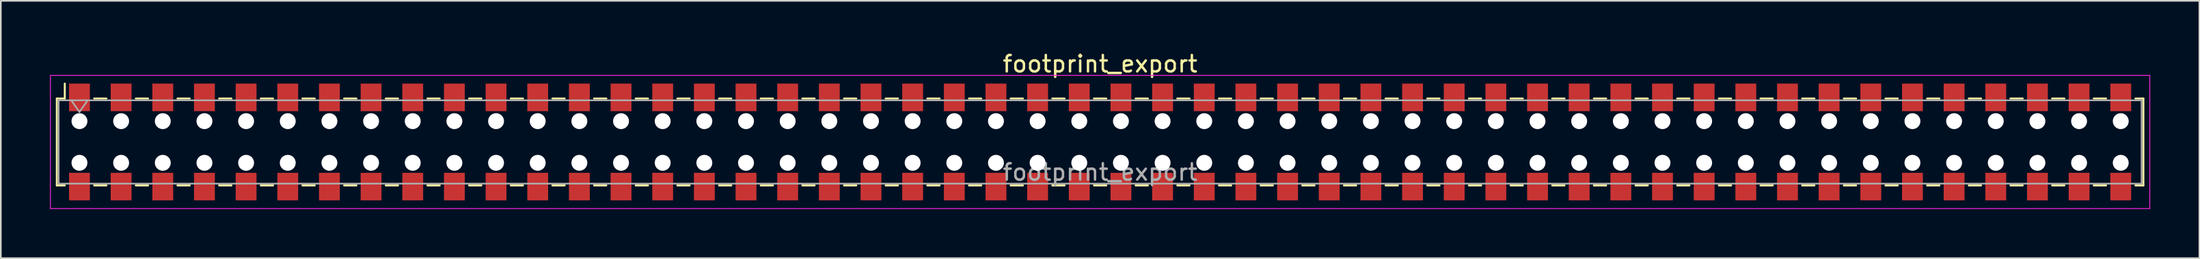
<source format=kicad_pcb>
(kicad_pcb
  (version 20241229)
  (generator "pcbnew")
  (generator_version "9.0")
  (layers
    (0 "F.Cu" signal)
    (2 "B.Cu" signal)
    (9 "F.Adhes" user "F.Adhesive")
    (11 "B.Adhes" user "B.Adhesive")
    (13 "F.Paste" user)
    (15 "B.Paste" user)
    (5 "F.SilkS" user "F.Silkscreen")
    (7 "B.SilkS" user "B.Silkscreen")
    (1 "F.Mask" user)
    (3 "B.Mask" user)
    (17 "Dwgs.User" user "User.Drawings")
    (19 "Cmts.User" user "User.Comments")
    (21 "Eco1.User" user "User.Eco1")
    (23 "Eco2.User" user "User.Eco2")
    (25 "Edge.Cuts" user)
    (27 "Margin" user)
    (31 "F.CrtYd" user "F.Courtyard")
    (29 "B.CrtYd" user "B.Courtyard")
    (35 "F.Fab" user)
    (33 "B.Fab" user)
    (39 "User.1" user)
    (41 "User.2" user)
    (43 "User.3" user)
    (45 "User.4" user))
  (footprint "footprint_export"
    (layer "F.Cu")
    (at 64.025 5.608)
    (property "Reference" "footprint_export" (at 0 -4.76 0) (layer "F.SilkS") (effects (font (size 1 1) (thickness 0.15))))
    (attr smd)
    (fp_line (start -63.61 -2.65) (end -63.61 2.65) (stroke (width 0.12) (type solid)) (layer "F.SilkS"))
    (fp_line (start -63.61 2.65) (end -63.125 2.65) (stroke (width 0.12) (type solid)) (layer "F.SilkS"))
    (fp_line (start -63.125 -3.56) (end -63.125 -2.65) (stroke (width 0.12) (type solid)) (layer "F.SilkS"))
    (fp_line (start -63.125 -2.65) (end -63.61 -2.65) (stroke (width 0.12) (type solid)) (layer "F.SilkS"))
    (fp_line (start -61.335 -2.65) (end -60.585 -2.65) (stroke (width 0.12) (type solid)) (layer "F.SilkS"))
    (fp_line (start -61.335 2.65) (end -60.585 2.65) (stroke (width 0.12) (type solid)) (layer "F.SilkS"))
    (fp_line (start -58.795 -2.65) (end -58.045 -2.65) (stroke (width 0.12) (type solid)) (layer "F.SilkS"))
    (fp_line (start -58.795 2.65) (end -58.045 2.65) (stroke (width 0.12) (type solid)) (layer "F.SilkS"))
    (fp_line (start -56.255 -2.65) (end -55.505 -2.65) (stroke (width 0.12) (type solid)) (layer "F.SilkS"))
    (fp_line (start -56.255 2.65) (end -55.505 2.65) (stroke (width 0.12) (type solid)) (layer "F.SilkS"))
    (fp_line (start -53.715 -2.65) (end -52.965 -2.65) (stroke (width 0.12) (type solid)) (layer "F.SilkS"))
    (fp_line (start -53.715 2.65) (end -52.965 2.65) (stroke (width 0.12) (type solid)) (layer "F.SilkS"))
    (fp_line (start -51.175 -2.65) (end -50.425 -2.65) (stroke (width 0.12) (type solid)) (layer "F.SilkS"))
    (fp_line (start -51.175 2.65) (end -50.425 2.65) (stroke (width 0.12) (type solid)) (layer "F.SilkS"))
    (fp_line (start -48.635 -2.65) (end -47.885 -2.65) (stroke (width 0.12) (type solid)) (layer "F.SilkS"))
    (fp_line (start -48.635 2.65) (end -47.885 2.65) (stroke (width 0.12) (type solid)) (layer "F.SilkS"))
    (fp_line (start -46.095 -2.65) (end -45.345 -2.65) (stroke (width 0.12) (type solid)) (layer "F.SilkS"))
    (fp_line (start -46.095 2.65) (end -45.345 2.65) (stroke (width 0.12) (type solid)) (layer "F.SilkS"))
    (fp_line (start -43.555 -2.65) (end -42.805 -2.65) (stroke (width 0.12) (type solid)) (layer "F.SilkS"))
    (fp_line (start -43.555 2.65) (end -42.805 2.65) (stroke (width 0.12) (type solid)) (layer "F.SilkS"))
    (fp_line (start -41.015 -2.65) (end -40.265 -2.65) (stroke (width 0.12) (type solid)) (layer "F.SilkS"))
    (fp_line (start -41.015 2.65) (end -40.265 2.65) (stroke (width 0.12) (type solid)) (layer "F.SilkS"))
    (fp_line (start -38.475 -2.65) (end -37.725 -2.65) (stroke (width 0.12) (type solid)) (layer "F.SilkS"))
    (fp_line (start -38.475 2.65) (end -37.725 2.65) (stroke (width 0.12) (type solid)) (layer "F.SilkS"))
    (fp_line (start -35.935 -2.65) (end -35.185 -2.65) (stroke (width 0.12) (type solid)) (layer "F.SilkS"))
    (fp_line (start -35.935 2.65) (end -35.185 2.65) (stroke (width 0.12) (type solid)) (layer "F.SilkS"))
    (fp_line (start -33.395 -2.65) (end -32.645 -2.65) (stroke (width 0.12) (type solid)) (layer "F.SilkS"))
    (fp_line (start -33.395 2.65) (end -32.645 2.65) (stroke (width 0.12) (type solid)) (layer "F.SilkS"))
    (fp_line (start -30.855 -2.65) (end -30.105 -2.65) (stroke (width 0.12) (type solid)) (layer "F.SilkS"))
    (fp_line (start -30.855 2.65) (end -30.105 2.65) (stroke (width 0.12) (type solid)) (layer "F.SilkS"))
    (fp_line (start -28.315 -2.65) (end -27.565 -2.65) (stroke (width 0.12) (type solid)) (layer "F.SilkS"))
    (fp_line (start -28.315 2.65) (end -27.565 2.65) (stroke (width 0.12) (type solid)) (layer "F.SilkS"))
    (fp_line (start -25.775 -2.65) (end -25.025 -2.65) (stroke (width 0.12) (type solid)) (layer "F.SilkS"))
    (fp_line (start -25.775 2.65) (end -25.025 2.65) (stroke (width 0.12) (type solid)) (layer "F.SilkS"))
    (fp_line (start -23.235 -2.65) (end -22.485 -2.65) (stroke (width 0.12) (type solid)) (layer "F.SilkS"))
    (fp_line (start -23.235 2.65) (end -22.485 2.65) (stroke (width 0.12) (type solid)) (layer "F.SilkS"))
    (fp_line (start -20.695 -2.65) (end -19.945 -2.65) (stroke (width 0.12) (type solid)) (layer "F.SilkS"))
    (fp_line (start -20.695 2.65) (end -19.945 2.65) (stroke (width 0.12) (type solid)) (layer "F.SilkS"))
    (fp_line (start -18.155 -2.65) (end -17.405 -2.65) (stroke (width 0.12) (type solid)) (layer "F.SilkS"))
    (fp_line (start -18.155 2.65) (end -17.405 2.65) (stroke (width 0.12) (type solid)) (layer "F.SilkS"))
    (fp_line (start -15.615 -2.65) (end -14.865 -2.65) (stroke (width 0.12) (type solid)) (layer "F.SilkS"))
    (fp_line (start -15.615 2.65) (end -14.865 2.65) (stroke (width 0.12) (type solid)) (layer "F.SilkS"))
    (fp_line (start -13.075 -2.65) (end -12.325 -2.65) (stroke (width 0.12) (type solid)) (layer "F.SilkS"))
    (fp_line (start -13.075 2.65) (end -12.325 2.65) (stroke (width 0.12) (type solid)) (layer "F.SilkS"))
    (fp_line (start -10.535 -2.65) (end -9.785 -2.65) (stroke (width 0.12) (type solid)) (layer "F.SilkS"))
    (fp_line (start -10.535 2.65) (end -9.785 2.65) (stroke (width 0.12) (type solid)) (layer "F.SilkS"))
    (fp_line (start -7.995 -2.65) (end -7.245 -2.65) (stroke (width 0.12) (type solid)) (layer "F.SilkS"))
    (fp_line (start -7.995 2.65) (end -7.245 2.65) (stroke (width 0.12) (type solid)) (layer "F.SilkS"))
    (fp_line (start -5.455 -2.65) (end -4.705 -2.65) (stroke (width 0.12) (type solid)) (layer "F.SilkS"))
    (fp_line (start -5.455 2.65) (end -4.705 2.65) (stroke (width 0.12) (type solid)) (layer "F.SilkS"))
    (fp_line (start -2.915 -2.65) (end -2.165 -2.65) (stroke (width 0.12) (type solid)) (layer "F.SilkS"))
    (fp_line (start -2.915 2.65) (end -2.165 2.65) (stroke (width 0.12) (type solid)) (layer "F.SilkS"))
    (fp_line (start -0.375 -2.65) (end 0.375 -2.65) (stroke (width 0.12) (type solid)) (layer "F.SilkS"))
    (fp_line (start -0.375 2.65) (end 0.375 2.65) (stroke (width 0.12) (type solid)) (layer "F.SilkS"))
    (fp_line (start 2.165 -2.65) (end 2.915 -2.65) (stroke (width 0.12) (type solid)) (layer "F.SilkS"))
    (fp_line (start 2.165 2.65) (end 2.915 2.65) (stroke (width 0.12) (type solid)) (layer "F.SilkS"))
    (fp_line (start 4.705 -2.65) (end 5.455 -2.65) (stroke (width 0.12) (type solid)) (layer "F.SilkS"))
    (fp_line (start 4.705 2.65) (end 5.455 2.65) (stroke (width 0.12) (type solid)) (layer "F.SilkS"))
    (fp_line (start 7.245 -2.65) (end 7.995 -2.65) (stroke (width 0.12) (type solid)) (layer "F.SilkS"))
    (fp_line (start 7.245 2.65) (end 7.995 2.65) (stroke (width 0.12) (type solid)) (layer "F.SilkS"))
    (fp_line (start 9.785 -2.65) (end 10.535 -2.65) (stroke (width 0.12) (type solid)) (layer "F.SilkS"))
    (fp_line (start 9.785 2.65) (end 10.535 2.65) (stroke (width 0.12) (type solid)) (layer "F.SilkS"))
    (fp_line (start 12.325 -2.65) (end 13.075 -2.65) (stroke (width 0.12) (type solid)) (layer "F.SilkS"))
    (fp_line (start 12.325 2.65) (end 13.075 2.65) (stroke (width 0.12) (type solid)) (layer "F.SilkS"))
    (fp_line (start 14.865 -2.65) (end 15.615 -2.65) (stroke (width 0.12) (type solid)) (layer "F.SilkS"))
    (fp_line (start 14.865 2.65) (end 15.615 2.65) (stroke (width 0.12) (type solid)) (layer "F.SilkS"))
    (fp_line (start 17.405 -2.65) (end 18.155 -2.65) (stroke (width 0.12) (type solid)) (layer "F.SilkS"))
    (fp_line (start 17.405 2.65) (end 18.155 2.65) (stroke (width 0.12) (type solid)) (layer "F.SilkS"))
    (fp_line (start 19.945 -2.65) (end 20.695 -2.65) (stroke (width 0.12) (type solid)) (layer "F.SilkS"))
    (fp_line (start 19.945 2.65) (end 20.695 2.65) (stroke (width 0.12) (type solid)) (layer "F.SilkS"))
    (fp_line (start 22.485 -2.65) (end 23.235 -2.65) (stroke (width 0.12) (type solid)) (layer "F.SilkS"))
    (fp_line (start 22.485 2.65) (end 23.235 2.65) (stroke (width 0.12) (type solid)) (layer "F.SilkS"))
    (fp_line (start 25.025 -2.65) (end 25.775 -2.65) (stroke (width 0.12) (type solid)) (layer "F.SilkS"))
    (fp_line (start 25.025 2.65) (end 25.775 2.65) (stroke (width 0.12) (type solid)) (layer "F.SilkS"))
    (fp_line (start 27.565 -2.65) (end 28.315 -2.65) (stroke (width 0.12) (type solid)) (layer "F.SilkS"))
    (fp_line (start 27.565 2.65) (end 28.315 2.65) (stroke (width 0.12) (type solid)) (layer "F.SilkS"))
    (fp_line (start 30.105 -2.65) (end 30.855 -2.65) (stroke (width 0.12) (type solid)) (layer "F.SilkS"))
    (fp_line (start 30.105 2.65) (end 30.855 2.65) (stroke (width 0.12) (type solid)) (layer "F.SilkS"))
    (fp_line (start 32.645 -2.65) (end 33.395 -2.65) (stroke (width 0.12) (type solid)) (layer "F.SilkS"))
    (fp_line (start 32.645 2.65) (end 33.395 2.65) (stroke (width 0.12) (type solid)) (layer "F.SilkS"))
    (fp_line (start 35.185 -2.65) (end 35.935 -2.65) (stroke (width 0.12) (type solid)) (layer "F.SilkS"))
    (fp_line (start 35.185 2.65) (end 35.935 2.65) (stroke (width 0.12) (type solid)) (layer "F.SilkS"))
    (fp_line (start 37.725 -2.65) (end 38.475 -2.65) (stroke (width 0.12) (type solid)) (layer "F.SilkS"))
    (fp_line (start 37.725 2.65) (end 38.475 2.65) (stroke (width 0.12) (type solid)) (layer "F.SilkS"))
    (fp_line (start 40.265 -2.65) (end 41.015 -2.65) (stroke (width 0.12) (type solid)) (layer "F.SilkS"))
    (fp_line (start 40.265 2.65) (end 41.015 2.65) (stroke (width 0.12) (type solid)) (layer "F.SilkS"))
    (fp_line (start 42.805 -2.65) (end 43.555 -2.65) (stroke (width 0.12) (type solid)) (layer "F.SilkS"))
    (fp_line (start 42.805 2.65) (end 43.555 2.65) (stroke (width 0.12) (type solid)) (layer "F.SilkS"))
    (fp_line (start 45.345 -2.65) (end 46.095 -2.65) (stroke (width 0.12) (type solid)) (layer "F.SilkS"))
    (fp_line (start 45.345 2.65) (end 46.095 2.65) (stroke (width 0.12) (type solid)) (layer "F.SilkS"))
    (fp_line (start 47.885 -2.65) (end 48.635 -2.65) (stroke (width 0.12) (type solid)) (layer "F.SilkS"))
    (fp_line (start 47.885 2.65) (end 48.635 2.65) (stroke (width 0.12) (type solid)) (layer "F.SilkS"))
    (fp_line (start 50.425 -2.65) (end 51.175 -2.65) (stroke (width 0.12) (type solid)) (layer "F.SilkS"))
    (fp_line (start 50.425 2.65) (end 51.175 2.65) (stroke (width 0.12) (type solid)) (layer "F.SilkS"))
    (fp_line (start 52.965 -2.65) (end 53.715 -2.65) (stroke (width 0.12) (type solid)) (layer "F.SilkS"))
    (fp_line (start 52.965 2.65) (end 53.715 2.65) (stroke (width 0.12) (type solid)) (layer "F.SilkS"))
    (fp_line (start 55.505 -2.65) (end 56.255 -2.65) (stroke (width 0.12) (type solid)) (layer "F.SilkS"))
    (fp_line (start 55.505 2.65) (end 56.255 2.65) (stroke (width 0.12) (type solid)) (layer "F.SilkS"))
    (fp_line (start 58.045 -2.65) (end 58.795 -2.65) (stroke (width 0.12) (type solid)) (layer "F.SilkS"))
    (fp_line (start 58.045 2.65) (end 58.795 2.65) (stroke (width 0.12) (type solid)) (layer "F.SilkS"))
    (fp_line (start 60.585 -2.65) (end 61.335 -2.65) (stroke (width 0.12) (type solid)) (layer "F.SilkS"))
    (fp_line (start 60.585 2.65) (end 61.335 2.65) (stroke (width 0.12) (type solid)) (layer "F.SilkS"))
    (fp_line (start 63.125 -2.65) (end 63.61 -2.65) (stroke (width 0.12) (type solid)) (layer "F.SilkS"))
    (fp_line (start 63.61 -2.65) (end 63.61 2.65) (stroke (width 0.12) (type solid)) (layer "F.SilkS"))
    (fp_line (start 63.61 2.65) (end 63.125 2.65) (stroke (width 0.12) (type solid)) (layer "F.SilkS"))
    (fp_line (start -64 -4.06) (end 64 -4.06) (stroke (width 0.05) (type solid)) (layer "F.CrtYd"))
    (fp_line (start -64 4.06) (end -64 -4.06) (stroke (width 0.05) (type solid)) (layer "F.CrtYd"))
    (fp_line (start 64 -4.06) (end 64 4.06) (stroke (width 0.05) (type solid)) (layer "F.CrtYd"))
    (fp_line (start 64 4.06) (end -64 4.06) (stroke (width 0.05) (type solid)) (layer "F.CrtYd"))
    (fp_line (start -63.5 -2.54) (end 63.5 -2.54) (stroke (width 0.1) (type solid)) (layer "F.Fab"))
    (fp_line (start -63.5 2.54) (end -63.5 -2.54) (stroke (width 0.1) (type solid)) (layer "F.Fab"))
    (fp_line (start -62.73 -2.54) (end -62.23 -1.833) (stroke (width 0.1) (type solid)) (layer "F.Fab"))
    (fp_line (start -62.23 -1.833) (end -61.73 -2.54) (stroke (width 0.1) (type solid)) (layer "F.Fab"))
    (fp_line (start 63.5 -2.54) (end 63.5 2.54) (stroke (width 0.1) (type solid)) (layer "F.Fab"))
    (fp_line (start 63.5 2.54) (end -63.5 2.54) (stroke (width 0.1) (type solid)) (layer "F.Fab"))
    (fp_text user "${REFERENCE}" (at 0 1.84 0) (layer "F.Fab") (effects (font (size 1 1) (thickness 0.15))))
    (pad "" np_thru_hole circle (at -62.23 -1.27) (size 0.97 0.97) (drill 0.97) (layers "*.Cu" "*.Mask"))
    (pad "" np_thru_hole circle (at -62.23 1.27) (size 0.97 0.97) (drill 0.97) (layers "*.Cu" "*.Mask"))
    (pad "" np_thru_hole circle (at -59.69 -1.27) (size 0.97 0.97) (drill 0.97) (layers "*.Cu" "*.Mask"))
    (pad "" np_thru_hole circle (at -59.69 1.27) (size 0.97 0.97) (drill 0.97) (layers "*.Cu" "*.Mask"))
    (pad "" np_thru_hole circle (at -57.15 -1.27) (size 0.97 0.97) (drill 0.97) (layers "*.Cu" "*.Mask"))
    (pad "" np_thru_hole circle (at -57.15 1.27) (size 0.97 0.97) (drill 0.97) (layers "*.Cu" "*.Mask"))
    (pad "" np_thru_hole circle (at -54.61 -1.27) (size 0.97 0.97) (drill 0.97) (layers "*.Cu" "*.Mask"))
    (pad "" np_thru_hole circle (at -54.61 1.27) (size 0.97 0.97) (drill 0.97) (layers "*.Cu" "*.Mask"))
    (pad "" np_thru_hole circle (at -52.07 -1.27) (size 0.97 0.97) (drill 0.97) (layers "*.Cu" "*.Mask"))
    (pad "" np_thru_hole circle (at -52.07 1.27) (size 0.97 0.97) (drill 0.97) (layers "*.Cu" "*.Mask"))
    (pad "" np_thru_hole circle (at -49.53 -1.27) (size 0.97 0.97) (drill 0.97) (layers "*.Cu" "*.Mask"))
    (pad "" np_thru_hole circle (at -49.53 1.27) (size 0.97 0.97) (drill 0.97) (layers "*.Cu" "*.Mask"))
    (pad "" np_thru_hole circle (at -46.99 -1.27) (size 0.97 0.97) (drill 0.97) (layers "*.Cu" "*.Mask"))
    (pad "" np_thru_hole circle (at -46.99 1.27) (size 0.97 0.97) (drill 0.97) (layers "*.Cu" "*.Mask"))
    (pad "" np_thru_hole circle (at -44.45 -1.27) (size 0.97 0.97) (drill 0.97) (layers "*.Cu" "*.Mask"))
    (pad "" np_thru_hole circle (at -44.45 1.27) (size 0.97 0.97) (drill 0.97) (layers "*.Cu" "*.Mask"))
    (pad "" np_thru_hole circle (at -41.91 -1.27) (size 0.97 0.97) (drill 0.97) (layers "*.Cu" "*.Mask"))
    (pad "" np_thru_hole circle (at -41.91 1.27) (size 0.97 0.97) (drill 0.97) (layers "*.Cu" "*.Mask"))
    (pad "" np_thru_hole circle (at -39.37 -1.27) (size 0.97 0.97) (drill 0.97) (layers "*.Cu" "*.Mask"))
    (pad "" np_thru_hole circle (at -39.37 1.27) (size 0.97 0.97) (drill 0.97) (layers "*.Cu" "*.Mask"))
    (pad "" np_thru_hole circle (at -36.83 -1.27) (size 0.97 0.97) (drill 0.97) (layers "*.Cu" "*.Mask"))
    (pad "" np_thru_hole circle (at -36.83 1.27) (size 0.97 0.97) (drill 0.97) (layers "*.Cu" "*.Mask"))
    (pad "" np_thru_hole circle (at -34.29 -1.27) (size 0.97 0.97) (drill 0.97) (layers "*.Cu" "*.Mask"))
    (pad "" np_thru_hole circle (at -34.29 1.27) (size 0.97 0.97) (drill 0.97) (layers "*.Cu" "*.Mask"))
    (pad "" np_thru_hole circle (at -31.75 -1.27) (size 0.97 0.97) (drill 0.97) (layers "*.Cu" "*.Mask"))
    (pad "" np_thru_hole circle (at -31.75 1.27) (size 0.97 0.97) (drill 0.97) (layers "*.Cu" "*.Mask"))
    (pad "" np_thru_hole circle (at -29.21 -1.27) (size 0.97 0.97) (drill 0.97) (layers "*.Cu" "*.Mask"))
    (pad "" np_thru_hole circle (at -29.21 1.27) (size 0.97 0.97) (drill 0.97) (layers "*.Cu" "*.Mask"))
    (pad "" np_thru_hole circle (at -26.67 -1.27) (size 0.97 0.97) (drill 0.97) (layers "*.Cu" "*.Mask"))
    (pad "" np_thru_hole circle (at -26.67 1.27) (size 0.97 0.97) (drill 0.97) (layers "*.Cu" "*.Mask"))
    (pad "" np_thru_hole circle (at -24.13 -1.27) (size 0.97 0.97) (drill 0.97) (layers "*.Cu" "*.Mask"))
    (pad "" np_thru_hole circle (at -24.13 1.27) (size 0.97 0.97) (drill 0.97) (layers "*.Cu" "*.Mask"))
    (pad "" np_thru_hole circle (at -21.59 -1.27) (size 0.97 0.97) (drill 0.97) (layers "*.Cu" "*.Mask"))
    (pad "" np_thru_hole circle (at -21.59 1.27) (size 0.97 0.97) (drill 0.97) (layers "*.Cu" "*.Mask"))
    (pad "" np_thru_hole circle (at -19.05 -1.27) (size 0.97 0.97) (drill 0.97) (layers "*.Cu" "*.Mask"))
    (pad "" np_thru_hole circle (at -19.05 1.27) (size 0.97 0.97) (drill 0.97) (layers "*.Cu" "*.Mask"))
    (pad "" np_thru_hole circle (at -16.51 -1.27) (size 0.97 0.97) (drill 0.97) (layers "*.Cu" "*.Mask"))
    (pad "" np_thru_hole circle (at -16.51 1.27) (size 0.97 0.97) (drill 0.97) (layers "*.Cu" "*.Mask"))
    (pad "" np_thru_hole circle (at -13.97 -1.27) (size 0.97 0.97) (drill 0.97) (layers "*.Cu" "*.Mask"))
    (pad "" np_thru_hole circle (at -13.97 1.27) (size 0.97 0.97) (drill 0.97) (layers "*.Cu" "*.Mask"))
    (pad "" np_thru_hole circle (at -11.43 -1.27) (size 0.97 0.97) (drill 0.97) (layers "*.Cu" "*.Mask"))
    (pad "" np_thru_hole circle (at -11.43 1.27) (size 0.97 0.97) (drill 0.97) (layers "*.Cu" "*.Mask"))
    (pad "" np_thru_hole circle (at -8.89 -1.27) (size 0.97 0.97) (drill 0.97) (layers "*.Cu" "*.Mask"))
    (pad "" np_thru_hole circle (at -8.89 1.27) (size 0.97 0.97) (drill 0.97) (layers "*.Cu" "*.Mask"))
    (pad "" np_thru_hole circle (at -6.35 -1.27) (size 0.97 0.97) (drill 0.97) (layers "*.Cu" "*.Mask"))
    (pad "" np_thru_hole circle (at -6.35 1.27) (size 0.97 0.97) (drill 0.97) (layers "*.Cu" "*.Mask"))
    (pad "" np_thru_hole circle (at -3.81 -1.27) (size 0.97 0.97) (drill 0.97) (layers "*.Cu" "*.Mask"))
    (pad "" np_thru_hole circle (at -3.81 1.27) (size 0.97 0.97) (drill 0.97) (layers "*.Cu" "*.Mask"))
    (pad "" np_thru_hole circle (at -1.27 -1.27) (size 0.97 0.97) (drill 0.97) (layers "*.Cu" "*.Mask"))
    (pad "" np_thru_hole circle (at -1.27 1.27) (size 0.97 0.97) (drill 0.97) (layers "*.Cu" "*.Mask"))
    (pad "" np_thru_hole circle (at 1.27 -1.27) (size 0.97 0.97) (drill 0.97) (layers "*.Cu" "*.Mask"))
    (pad "" np_thru_hole circle (at 1.27 1.27) (size 0.97 0.97) (drill 0.97) (layers "*.Cu" "*.Mask"))
    (pad "" np_thru_hole circle (at 3.81 -1.27) (size 0.97 0.97) (drill 0.97) (layers "*.Cu" "*.Mask"))
    (pad "" np_thru_hole circle (at 3.81 1.27) (size 0.97 0.97) (drill 0.97) (layers "*.Cu" "*.Mask"))
    (pad "" np_thru_hole circle (at 6.35 -1.27) (size 0.97 0.97) (drill 0.97) (layers "*.Cu" "*.Mask"))
    (pad "" np_thru_hole circle (at 6.35 1.27) (size 0.97 0.97) (drill 0.97) (layers "*.Cu" "*.Mask"))
    (pad "" np_thru_hole circle (at 8.89 -1.27) (size 0.97 0.97) (drill 0.97) (layers "*.Cu" "*.Mask"))
    (pad "" np_thru_hole circle (at 8.89 1.27) (size 0.97 0.97) (drill 0.97) (layers "*.Cu" "*.Mask"))
    (pad "" np_thru_hole circle (at 11.43 -1.27) (size 0.97 0.97) (drill 0.97) (layers "*.Cu" "*.Mask"))
    (pad "" np_thru_hole circle (at 11.43 1.27) (size 0.97 0.97) (drill 0.97) (layers "*.Cu" "*.Mask"))
    (pad "" np_thru_hole circle (at 13.97 -1.27) (size 0.97 0.97) (drill 0.97) (layers "*.Cu" "*.Mask"))
    (pad "" np_thru_hole circle (at 13.97 1.27) (size 0.97 0.97) (drill 0.97) (layers "*.Cu" "*.Mask"))
    (pad "" np_thru_hole circle (at 16.51 -1.27) (size 0.97 0.97) (drill 0.97) (layers "*.Cu" "*.Mask"))
    (pad "" np_thru_hole circle (at 16.51 1.27) (size 0.97 0.97) (drill 0.97) (layers "*.Cu" "*.Mask"))
    (pad "" np_thru_hole circle (at 19.05 -1.27) (size 0.97 0.97) (drill 0.97) (layers "*.Cu" "*.Mask"))
    (pad "" np_thru_hole circle (at 19.05 1.27) (size 0.97 0.97) (drill 0.97) (layers "*.Cu" "*.Mask"))
    (pad "" np_thru_hole circle (at 21.59 -1.27) (size 0.97 0.97) (drill 0.97) (layers "*.Cu" "*.Mask"))
    (pad "" np_thru_hole circle (at 21.59 1.27) (size 0.97 0.97) (drill 0.97) (layers "*.Cu" "*.Mask"))
    (pad "" np_thru_hole circle (at 24.13 -1.27) (size 0.97 0.97) (drill 0.97) (layers "*.Cu" "*.Mask"))
    (pad "" np_thru_hole circle (at 24.13 1.27) (size 0.97 0.97) (drill 0.97) (layers "*.Cu" "*.Mask"))
    (pad "" np_thru_hole circle (at 26.67 -1.27) (size 0.97 0.97) (drill 0.97) (layers "*.Cu" "*.Mask"))
    (pad "" np_thru_hole circle (at 26.67 1.27) (size 0.97 0.97) (drill 0.97) (layers "*.Cu" "*.Mask"))
    (pad "" np_thru_hole circle (at 29.21 -1.27) (size 0.97 0.97) (drill 0.97) (layers "*.Cu" "*.Mask"))
    (pad "" np_thru_hole circle (at 29.21 1.27) (size 0.97 0.97) (drill 0.97) (layers "*.Cu" "*.Mask"))
    (pad "" np_thru_hole circle (at 31.75 -1.27) (size 0.97 0.97) (drill 0.97) (layers "*.Cu" "*.Mask"))
    (pad "" np_thru_hole circle (at 31.75 1.27) (size 0.97 0.97) (drill 0.97) (layers "*.Cu" "*.Mask"))
    (pad "" np_thru_hole circle (at 34.29 -1.27) (size 0.97 0.97) (drill 0.97) (layers "*.Cu" "*.Mask"))
    (pad "" np_thru_hole circle (at 34.29 1.27) (size 0.97 0.97) (drill 0.97) (layers "*.Cu" "*.Mask"))
    (pad "" np_thru_hole circle (at 36.83 -1.27) (size 0.97 0.97) (drill 0.97) (layers "*.Cu" "*.Mask"))
    (pad "" np_thru_hole circle (at 36.83 1.27) (size 0.97 0.97) (drill 0.97) (layers "*.Cu" "*.Mask"))
    (pad "" np_thru_hole circle (at 39.37 -1.27) (size 0.97 0.97) (drill 0.97) (layers "*.Cu" "*.Mask"))
    (pad "" np_thru_hole circle (at 39.37 1.27) (size 0.97 0.97) (drill 0.97) (layers "*.Cu" "*.Mask"))
    (pad "" np_thru_hole circle (at 41.91 -1.27) (size 0.97 0.97) (drill 0.97) (layers "*.Cu" "*.Mask"))
    (pad "" np_thru_hole circle (at 41.91 1.27) (size 0.97 0.97) (drill 0.97) (layers "*.Cu" "*.Mask"))
    (pad "" np_thru_hole circle (at 44.45 -1.27) (size 0.97 0.97) (drill 0.97) (layers "*.Cu" "*.Mask"))
    (pad "" np_thru_hole circle (at 44.45 1.27) (size 0.97 0.97) (drill 0.97) (layers "*.Cu" "*.Mask"))
    (pad "" np_thru_hole circle (at 46.99 -1.27) (size 0.97 0.97) (drill 0.97) (layers "*.Cu" "*.Mask"))
    (pad "" np_thru_hole circle (at 46.99 1.27) (size 0.97 0.97) (drill 0.97) (layers "*.Cu" "*.Mask"))
    (pad "" np_thru_hole circle (at 49.53 -1.27) (size 0.97 0.97) (drill 0.97) (layers "*.Cu" "*.Mask"))
    (pad "" np_thru_hole circle (at 49.53 1.27) (size 0.97 0.97) (drill 0.97) (layers "*.Cu" "*.Mask"))
    (pad "" np_thru_hole circle (at 52.07 -1.27) (size 0.97 0.97) (drill 0.97) (layers "*.Cu" "*.Mask"))
    (pad "" np_thru_hole circle (at 52.07 1.27) (size 0.97 0.97) (drill 0.97) (layers "*.Cu" "*.Mask"))
    (pad "" np_thru_hole circle (at 54.61 -1.27) (size 0.97 0.97) (drill 0.97) (layers "*.Cu" "*.Mask"))
    (pad "" np_thru_hole circle (at 54.61 1.27) (size 0.97 0.97) (drill 0.97) (layers "*.Cu" "*.Mask"))
    (pad "" np_thru_hole circle (at 57.15 -1.27) (size 0.97 0.97) (drill 0.97) (layers "*.Cu" "*.Mask"))
    (pad "" np_thru_hole circle (at 57.15 1.27) (size 0.97 0.97) (drill 0.97) (layers "*.Cu" "*.Mask"))
    (pad "" np_thru_hole circle (at 59.69 -1.27) (size 0.97 0.97) (drill 0.97) (layers "*.Cu" "*.Mask"))
    (pad "" np_thru_hole circle (at 59.69 1.27) (size 0.97 0.97) (drill 0.97) (layers "*.Cu" "*.Mask"))
    (pad "" np_thru_hole circle (at 62.23 -1.27) (size 0.97 0.97) (drill 0.97) (layers "*.Cu" "*.Mask"))
    (pad "" np_thru_hole circle (at 62.23 1.27) (size 0.97 0.97) (drill 0.97) (layers "*.Cu" "*.Mask"))
    (pad "1" smd rect (at -62.23 -2.72) (size 1.27 1.68) (layers "F.Cu" "F.Mask" "F.Paste"))
    (pad "2" smd rect (at -62.23 2.72) (size 1.27 1.68) (layers "F.Cu" "F.Mask" "F.Paste"))
    (pad "3" smd rect (at -59.69 -2.72) (size 1.27 1.68) (layers "F.Cu" "F.Mask" "F.Paste"))
    (pad "4" smd rect (at -59.69 2.72) (size 1.27 1.68) (layers "F.Cu" "F.Mask" "F.Paste"))
    (pad "5" smd rect (at -57.15 -2.72) (size 1.27 1.68) (layers "F.Cu" "F.Mask" "F.Paste"))
    (pad "6" smd rect (at -57.15 2.72) (size 1.27 1.68) (layers "F.Cu" "F.Mask" "F.Paste"))
    (pad "7" smd rect (at -54.61 -2.72) (size 1.27 1.68) (layers "F.Cu" "F.Mask" "F.Paste"))
    (pad "8" smd rect (at -54.61 2.72) (size 1.27 1.68) (layers "F.Cu" "F.Mask" "F.Paste"))
    (pad "9" smd rect (at -52.07 -2.72) (size 1.27 1.68) (layers "F.Cu" "F.Mask" "F.Paste"))
    (pad "10" smd rect (at -52.07 2.72) (size 1.27 1.68) (layers "F.Cu" "F.Mask" "F.Paste"))
    (pad "11" smd rect (at -49.53 -2.72) (size 1.27 1.68) (layers "F.Cu" "F.Mask" "F.Paste"))
    (pad "12" smd rect (at -49.53 2.72) (size 1.27 1.68) (layers "F.Cu" "F.Mask" "F.Paste"))
    (pad "13" smd rect (at -46.99 -2.72) (size 1.27 1.68) (layers "F.Cu" "F.Mask" "F.Paste"))
    (pad "14" smd rect (at -46.99 2.72) (size 1.27 1.68) (layers "F.Cu" "F.Mask" "F.Paste"))
    (pad "15" smd rect (at -44.45 -2.72) (size 1.27 1.68) (layers "F.Cu" "F.Mask" "F.Paste"))
    (pad "16" smd rect (at -44.45 2.72) (size 1.27 1.68) (layers "F.Cu" "F.Mask" "F.Paste"))
    (pad "17" smd rect (at -41.91 -2.72) (size 1.27 1.68) (layers "F.Cu" "F.Mask" "F.Paste"))
    (pad "18" smd rect (at -41.91 2.72) (size 1.27 1.68) (layers "F.Cu" "F.Mask" "F.Paste"))
    (pad "19" smd rect (at -39.37 -2.72) (size 1.27 1.68) (layers "F.Cu" "F.Mask" "F.Paste"))
    (pad "20" smd rect (at -39.37 2.72) (size 1.27 1.68) (layers "F.Cu" "F.Mask" "F.Paste"))
    (pad "21" smd rect (at -36.83 -2.72) (size 1.27 1.68) (layers "F.Cu" "F.Mask" "F.Paste"))
    (pad "22" smd rect (at -36.83 2.72) (size 1.27 1.68) (layers "F.Cu" "F.Mask" "F.Paste"))
    (pad "23" smd rect (at -34.29 -2.72) (size 1.27 1.68) (layers "F.Cu" "F.Mask" "F.Paste"))
    (pad "24" smd rect (at -34.29 2.72) (size 1.27 1.68) (layers "F.Cu" "F.Mask" "F.Paste"))
    (pad "25" smd rect (at -31.75 -2.72) (size 1.27 1.68) (layers "F.Cu" "F.Mask" "F.Paste"))
    (pad "26" smd rect (at -31.75 2.72) (size 1.27 1.68) (layers "F.Cu" "F.Mask" "F.Paste"))
    (pad "27" smd rect (at -29.21 -2.72) (size 1.27 1.68) (layers "F.Cu" "F.Mask" "F.Paste"))
    (pad "28" smd rect (at -29.21 2.72) (size 1.27 1.68) (layers "F.Cu" "F.Mask" "F.Paste"))
    (pad "29" smd rect (at -26.67 -2.72) (size 1.27 1.68) (layers "F.Cu" "F.Mask" "F.Paste"))
    (pad "30" smd rect (at -26.67 2.72) (size 1.27 1.68) (layers "F.Cu" "F.Mask" "F.Paste"))
    (pad "31" smd rect (at -24.13 -2.72) (size 1.27 1.68) (layers "F.Cu" "F.Mask" "F.Paste"))
    (pad "32" smd rect (at -24.13 2.72) (size 1.27 1.68) (layers "F.Cu" "F.Mask" "F.Paste"))
    (pad "33" smd rect (at -21.59 -2.72) (size 1.27 1.68) (layers "F.Cu" "F.Mask" "F.Paste"))
    (pad "34" smd rect (at -21.59 2.72) (size 1.27 1.68) (layers "F.Cu" "F.Mask" "F.Paste"))
    (pad "35" smd rect (at -19.05 -2.72) (size 1.27 1.68) (layers "F.Cu" "F.Mask" "F.Paste"))
    (pad "36" smd rect (at -19.05 2.72) (size 1.27 1.68) (layers "F.Cu" "F.Mask" "F.Paste"))
    (pad "37" smd rect (at -16.51 -2.72) (size 1.27 1.68) (layers "F.Cu" "F.Mask" "F.Paste"))
    (pad "38" smd rect (at -16.51 2.72) (size 1.27 1.68) (layers "F.Cu" "F.Mask" "F.Paste"))
    (pad "39" smd rect (at -13.97 -2.72) (size 1.27 1.68) (layers "F.Cu" "F.Mask" "F.Paste"))
    (pad "40" smd rect (at -13.97 2.72) (size 1.27 1.68) (layers "F.Cu" "F.Mask" "F.Paste"))
    (pad "41" smd rect (at -11.43 -2.72) (size 1.27 1.68) (layers "F.Cu" "F.Mask" "F.Paste"))
    (pad "42" smd rect (at -11.43 2.72) (size 1.27 1.68) (layers "F.Cu" "F.Mask" "F.Paste"))
    (pad "43" smd rect (at -8.89 -2.72) (size 1.27 1.68) (layers "F.Cu" "F.Mask" "F.Paste"))
    (pad "44" smd rect (at -8.89 2.72) (size 1.27 1.68) (layers "F.Cu" "F.Mask" "F.Paste"))
    (pad "45" smd rect (at -6.35 -2.72) (size 1.27 1.68) (layers "F.Cu" "F.Mask" "F.Paste"))
    (pad "46" smd rect (at -6.35 2.72) (size 1.27 1.68) (layers "F.Cu" "F.Mask" "F.Paste"))
    (pad "47" smd rect (at -3.81 -2.72) (size 1.27 1.68) (layers "F.Cu" "F.Mask" "F.Paste"))
    (pad "48" smd rect (at -3.81 2.72) (size 1.27 1.68) (layers "F.Cu" "F.Mask" "F.Paste"))
    (pad "49" smd rect (at -1.27 -2.72) (size 1.27 1.68) (layers "F.Cu" "F.Mask" "F.Paste"))
    (pad "50" smd rect (at -1.27 2.72) (size 1.27 1.68) (layers "F.Cu" "F.Mask" "F.Paste"))
    (pad "51" smd rect (at 1.27 -2.72) (size 1.27 1.68) (layers "F.Cu" "F.Mask" "F.Paste"))
    (pad "52" smd rect (at 1.27 2.72) (size 1.27 1.68) (layers "F.Cu" "F.Mask" "F.Paste"))
    (pad "53" smd rect (at 3.81 -2.72) (size 1.27 1.68) (layers "F.Cu" "F.Mask" "F.Paste"))
    (pad "54" smd rect (at 3.81 2.72) (size 1.27 1.68) (layers "F.Cu" "F.Mask" "F.Paste"))
    (pad "55" smd rect (at 6.35 -2.72) (size 1.27 1.68) (layers "F.Cu" "F.Mask" "F.Paste"))
    (pad "56" smd rect (at 6.35 2.72) (size 1.27 1.68) (layers "F.Cu" "F.Mask" "F.Paste"))
    (pad "57" smd rect (at 8.89 -2.72) (size 1.27 1.68) (layers "F.Cu" "F.Mask" "F.Paste"))
    (pad "58" smd rect (at 8.89 2.72) (size 1.27 1.68) (layers "F.Cu" "F.Mask" "F.Paste"))
    (pad "59" smd rect (at 11.43 -2.72) (size 1.27 1.68) (layers "F.Cu" "F.Mask" "F.Paste"))
    (pad "60" smd rect (at 11.43 2.72) (size 1.27 1.68) (layers "F.Cu" "F.Mask" "F.Paste"))
    (pad "61" smd rect (at 13.97 -2.72) (size 1.27 1.68) (layers "F.Cu" "F.Mask" "F.Paste"))
    (pad "62" smd rect (at 13.97 2.72) (size 1.27 1.68) (layers "F.Cu" "F.Mask" "F.Paste"))
    (pad "63" smd rect (at 16.51 -2.72) (size 1.27 1.68) (layers "F.Cu" "F.Mask" "F.Paste"))
    (pad "64" smd rect (at 16.51 2.72) (size 1.27 1.68) (layers "F.Cu" "F.Mask" "F.Paste"))
    (pad "65" smd rect (at 19.05 -2.72) (size 1.27 1.68) (layers "F.Cu" "F.Mask" "F.Paste"))
    (pad "66" smd rect (at 19.05 2.72) (size 1.27 1.68) (layers "F.Cu" "F.Mask" "F.Paste"))
    (pad "67" smd rect (at 21.59 -2.72) (size 1.27 1.68) (layers "F.Cu" "F.Mask" "F.Paste"))
    (pad "68" smd rect (at 21.59 2.72) (size 1.27 1.68) (layers "F.Cu" "F.Mask" "F.Paste"))
    (pad "69" smd rect (at 24.13 -2.72) (size 1.27 1.68) (layers "F.Cu" "F.Mask" "F.Paste"))
    (pad "70" smd rect (at 24.13 2.72) (size 1.27 1.68) (layers "F.Cu" "F.Mask" "F.Paste"))
    (pad "71" smd rect (at 26.67 -2.72) (size 1.27 1.68) (layers "F.Cu" "F.Mask" "F.Paste"))
    (pad "72" smd rect (at 26.67 2.72) (size 1.27 1.68) (layers "F.Cu" "F.Mask" "F.Paste"))
    (pad "73" smd rect (at 29.21 -2.72) (size 1.27 1.68) (layers "F.Cu" "F.Mask" "F.Paste"))
    (pad "74" smd rect (at 29.21 2.72) (size 1.27 1.68) (layers "F.Cu" "F.Mask" "F.Paste"))
    (pad "75" smd rect (at 31.75 -2.72) (size 1.27 1.68) (layers "F.Cu" "F.Mask" "F.Paste"))
    (pad "76" smd rect (at 31.75 2.72) (size 1.27 1.68) (layers "F.Cu" "F.Mask" "F.Paste"))
    (pad "77" smd rect (at 34.29 -2.72) (size 1.27 1.68) (layers "F.Cu" "F.Mask" "F.Paste"))
    (pad "78" smd rect (at 34.29 2.72) (size 1.27 1.68) (layers "F.Cu" "F.Mask" "F.Paste"))
    (pad "79" smd rect (at 36.83 -2.72) (size 1.27 1.68) (layers "F.Cu" "F.Mask" "F.Paste"))
    (pad "80" smd rect (at 36.83 2.72) (size 1.27 1.68) (layers "F.Cu" "F.Mask" "F.Paste"))
    (pad "81" smd rect (at 39.37 -2.72) (size 1.27 1.68) (layers "F.Cu" "F.Mask" "F.Paste"))
    (pad "82" smd rect (at 39.37 2.72) (size 1.27 1.68) (layers "F.Cu" "F.Mask" "F.Paste"))
    (pad "83" smd rect (at 41.91 -2.72) (size 1.27 1.68) (layers "F.Cu" "F.Mask" "F.Paste"))
    (pad "84" smd rect (at 41.91 2.72) (size 1.27 1.68) (layers "F.Cu" "F.Mask" "F.Paste"))
    (pad "85" smd rect (at 44.45 -2.72) (size 1.27 1.68) (layers "F.Cu" "F.Mask" "F.Paste"))
    (pad "86" smd rect (at 44.45 2.72) (size 1.27 1.68) (layers "F.Cu" "F.Mask" "F.Paste"))
    (pad "87" smd rect (at 46.99 -2.72) (size 1.27 1.68) (layers "F.Cu" "F.Mask" "F.Paste"))
    (pad "88" smd rect (at 46.99 2.72) (size 1.27 1.68) (layers "F.Cu" "F.Mask" "F.Paste"))
    (pad "89" smd rect (at 49.53 -2.72) (size 1.27 1.68) (layers "F.Cu" "F.Mask" "F.Paste"))
    (pad "90" smd rect (at 49.53 2.72) (size 1.27 1.68) (layers "F.Cu" "F.Mask" "F.Paste"))
    (pad "91" smd rect (at 52.07 -2.72) (size 1.27 1.68) (layers "F.Cu" "F.Mask" "F.Paste"))
    (pad "92" smd rect (at 52.07 2.72) (size 1.27 1.68) (layers "F.Cu" "F.Mask" "F.Paste"))
    (pad "93" smd rect (at 54.61 -2.72) (size 1.27 1.68) (layers "F.Cu" "F.Mask" "F.Paste"))
    (pad "94" smd rect (at 54.61 2.72) (size 1.27 1.68) (layers "F.Cu" "F.Mask" "F.Paste"))
    (pad "95" smd rect (at 57.15 -2.72) (size 1.27 1.68) (layers "F.Cu" "F.Mask" "F.Paste"))
    (pad "96" smd rect (at 57.15 2.72) (size 1.27 1.68) (layers "F.Cu" "F.Mask" "F.Paste"))
    (pad "97" smd rect (at 59.69 -2.72) (size 1.27 1.68) (layers "F.Cu" "F.Mask" "F.Paste"))
    (pad "98" smd rect (at 59.69 2.72) (size 1.27 1.68) (layers "F.Cu" "F.Mask" "F.Paste"))
    (pad "99" smd rect (at 62.23 -2.72) (size 1.27 1.68) (layers "F.Cu" "F.Mask" "F.Paste"))
    (pad "100" smd rect (at 62.23 2.72) (size 1.27 1.68) (layers "F.Cu" "F.Mask" "F.Paste")))
  (gr_rect
    (start -3 -3)
    (end 131.05 12.693)
    (stroke (width 0.1) (type default))
    (fill no)
    (layer "Edge.Cuts")))
</source>
